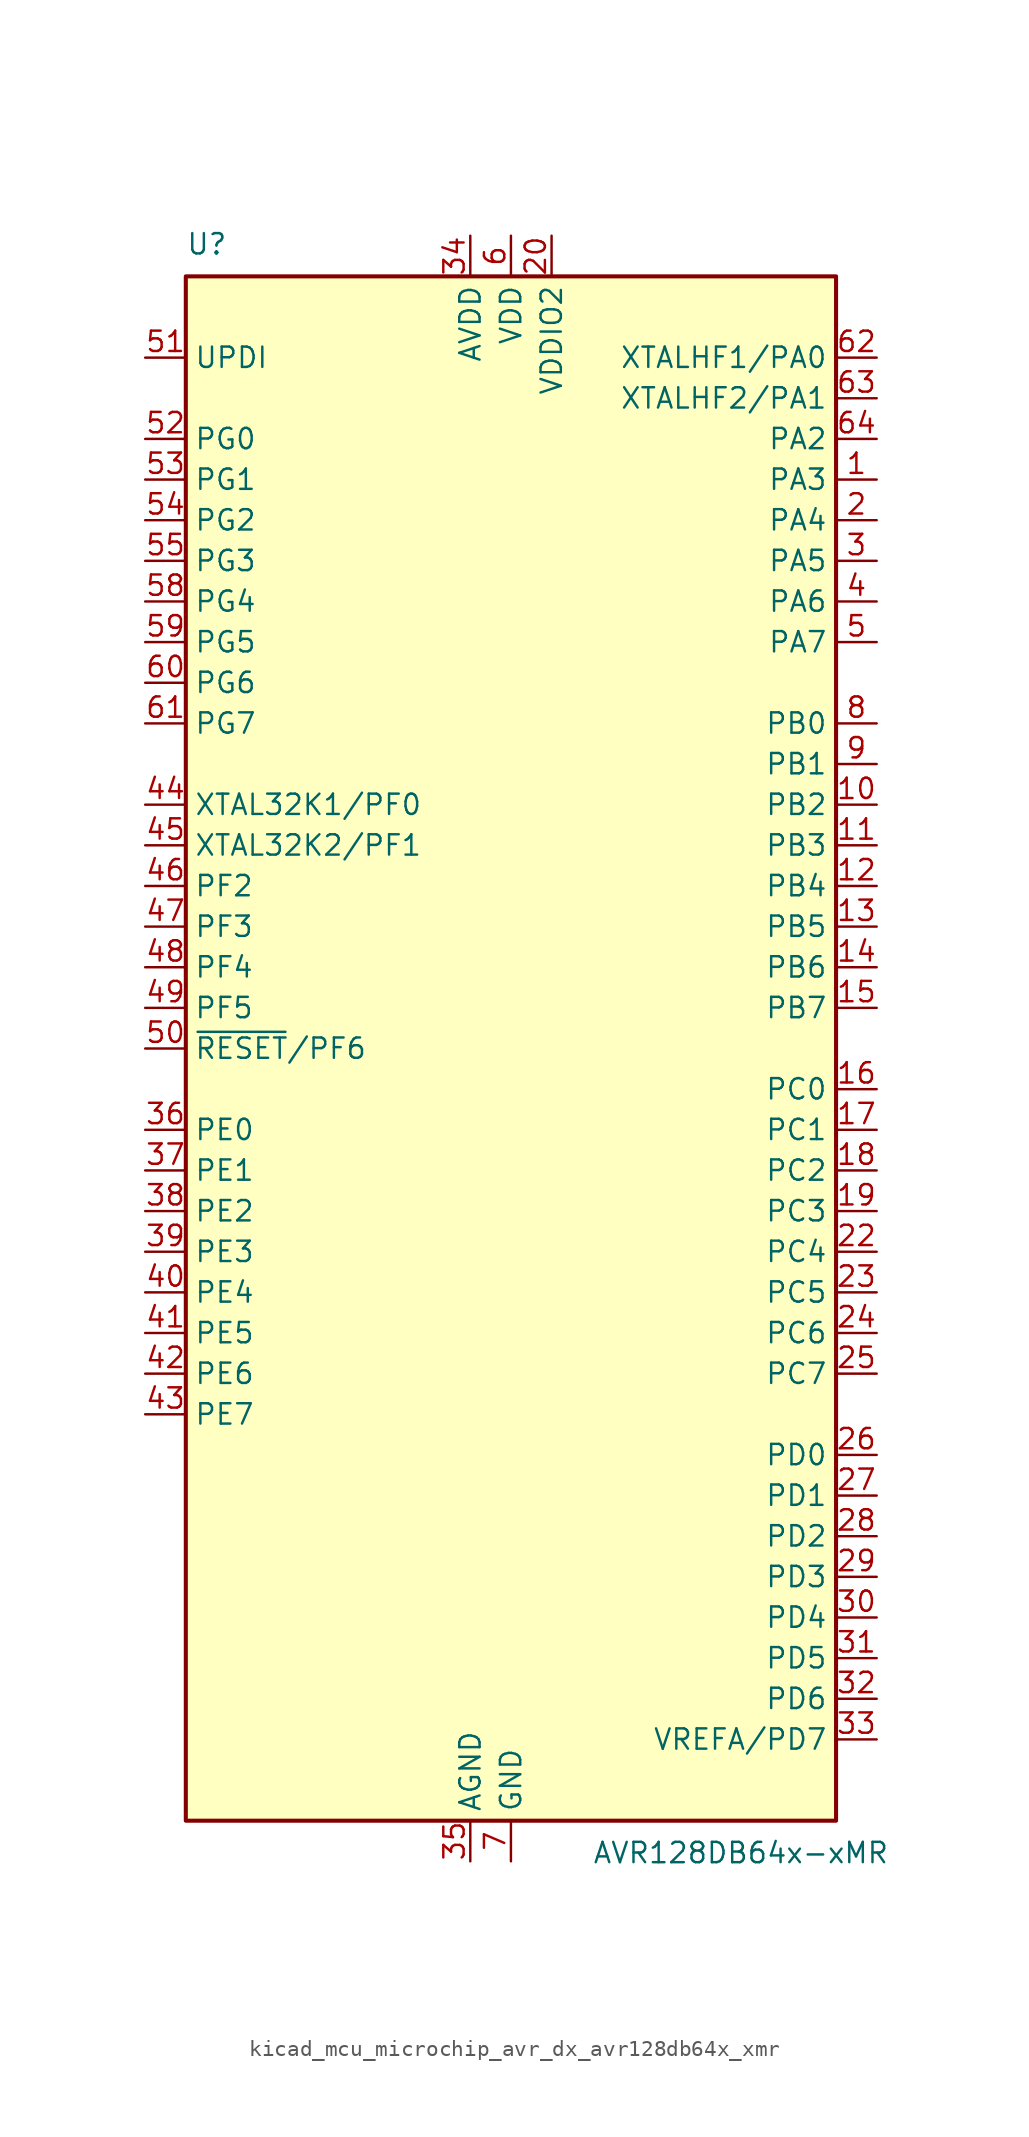
<source format=kicad_sym>
(kicad_symbol_lib
  (version 20220914)
  (generator kicad_symbol_editor)
  (symbol "kicad_mcu_microchip_avr_dx_avr128db64x_xmr"
    (property "Reference" "U"
      (at -20.32 49.53 0)
      (effects (font (size 1.27 1.27)) (justify left bottom)))
    (property "Value" "AVR128DB64x-xMR"
      (at 5.08 -49.53 0)
      (effects (font (size 1.27 1.27)) (justify left top)))
    (symbol "kicad_mcu_microchip_avr_dx_avr128db64x_xmr_0_1"
      (rectangle (start -20.32 48.26) (end 20.32 -48.26) (stroke (width 0.254) (type default)) (fill (type background))))
    (symbol "kicad_mcu_microchip_avr_dx_avr128db64x_xmr_1_1"
      (pin bidirectional line (at 22.86 35.56 180) (length 2.54) (name "PA3" (effects (font (size 1.27 1.27)))) (number "1" (effects (font (size 1.27 1.27)))))
      (pin bidirectional line (at 22.86 15.24 180) (length 2.54) (name "PB2" (effects (font (size 1.27 1.27)))) (number "10" (effects (font (size 1.27 1.27)))))
      (pin bidirectional line (at 22.86 12.7 180) (length 2.54) (name "PB3" (effects (font (size 1.27 1.27)))) (number "11" (effects (font (size 1.27 1.27)))))
      (pin bidirectional line (at 22.86 10.16 180) (length 2.54) (name "PB4" (effects (font (size 1.27 1.27)))) (number "12" (effects (font (size 1.27 1.27)))))
      (pin bidirectional line (at 22.86 7.62 180) (length 2.54) (name "PB5" (effects (font (size 1.27 1.27)))) (number "13" (effects (font (size 1.27 1.27)))))
      (pin bidirectional line (at 22.86 5.08 180) (length 2.54) (name "PB6" (effects (font (size 1.27 1.27)))) (number "14" (effects (font (size 1.27 1.27)))))
      (pin bidirectional line (at 22.86 2.54 180) (length 2.54) (name "PB7" (effects (font (size 1.27 1.27)))) (number "15" (effects (font (size 1.27 1.27)))))
      (pin bidirectional line (at 22.86 -2.54 180) (length 2.54) (name "PC0" (effects (font (size 1.27 1.27)))) (number "16" (effects (font (size 1.27 1.27)))))
      (pin bidirectional line (at 22.86 -5.08 180) (length 2.54) (name "PC1" (effects (font (size 1.27 1.27)))) (number "17" (effects (font (size 1.27 1.27)))))
      (pin bidirectional line (at 22.86 -7.62 180) (length 2.54) (name "PC2" (effects (font (size 1.27 1.27)))) (number "18" (effects (font (size 1.27 1.27)))))
      (pin bidirectional line (at 22.86 -10.16 180) (length 2.54) (name "PC3" (effects (font (size 1.27 1.27)))) (number "19" (effects (font (size 1.27 1.27)))))
      (pin bidirectional line (at 22.86 33.02 180) (length 2.54) (name "PA4" (effects (font (size 1.27 1.27)))) (number "2" (effects (font (size 1.27 1.27)))))
      (pin power_in line (at 2.54 50.8 270) (length 2.54) (name "VDDIO2" (effects (font (size 1.27 1.27)))) (number "20" (effects (font (size 1.27 1.27)))))
      (pin passive line (at 0 -50.8 90) (length 2.54) hide (name "GND" (effects (font (size 1.27 1.27)))) (number "21" (effects (font (size 1.27 1.27)))))
      (pin bidirectional line (at 22.86 -12.7 180) (length 2.54) (name "PC4" (effects (font (size 1.27 1.27)))) (number "22" (effects (font (size 1.27 1.27)))))
      (pin bidirectional line (at 22.86 -15.24 180) (length 2.54) (name "PC5" (effects (font (size 1.27 1.27)))) (number "23" (effects (font (size 1.27 1.27)))))
      (pin bidirectional line (at 22.86 -17.78 180) (length 2.54) (name "PC6" (effects (font (size 1.27 1.27)))) (number "24" (effects (font (size 1.27 1.27)))))
      (pin bidirectional line (at 22.86 -20.32 180) (length 2.54) (name "PC7" (effects (font (size 1.27 1.27)))) (number "25" (effects (font (size 1.27 1.27)))))
      (pin bidirectional line (at 22.86 -25.4 180) (length 2.54) (name "PD0" (effects (font (size 1.27 1.27)))) (number "26" (effects (font (size 1.27 1.27)))))
      (pin bidirectional line (at 22.86 -27.94 180) (length 2.54) (name "PD1" (effects (font (size 1.27 1.27)))) (number "27" (effects (font (size 1.27 1.27)))))
      (pin bidirectional line (at 22.86 -30.48 180) (length 2.54) (name "PD2" (effects (font (size 1.27 1.27)))) (number "28" (effects (font (size 1.27 1.27)))))
      (pin bidirectional line (at 22.86 -33.02 180) (length 2.54) (name "PD3" (effects (font (size 1.27 1.27)))) (number "29" (effects (font (size 1.27 1.27)))))
      (pin bidirectional line (at 22.86 30.48 180) (length 2.54) (name "PA5" (effects (font (size 1.27 1.27)))) (number "3" (effects (font (size 1.27 1.27)))))
      (pin bidirectional line (at 22.86 -35.56 180) (length 2.54) (name "PD4" (effects (font (size 1.27 1.27)))) (number "30" (effects (font (size 1.27 1.27)))))
      (pin bidirectional line (at 22.86 -38.1 180) (length 2.54) (name "PD5" (effects (font (size 1.27 1.27)))) (number "31" (effects (font (size 1.27 1.27)))))
      (pin bidirectional line (at 22.86 -40.64 180) (length 2.54) (name "PD6" (effects (font (size 1.27 1.27)))) (number "32" (effects (font (size 1.27 1.27)))))
      (pin bidirectional line (at 22.86 -43.18 180) (length 2.54) (name "VREFA/PD7" (effects (font (size 1.27 1.27)))) (number "33" (effects (font (size 1.27 1.27)))))
      (pin power_in line (at -2.54 50.8 270) (length 2.54) (name "AVDD" (effects (font (size 1.27 1.27)))) (number "34" (effects (font (size 1.27 1.27)))))
      (pin power_in line (at -2.54 -50.8 90) (length 2.54) (name "AGND" (effects (font (size 1.27 1.27)))) (number "35" (effects (font (size 1.27 1.27)))))
      (pin bidirectional line (at -22.86 -5.08 0) (length 2.54) (name "PE0" (effects (font (size 1.27 1.27)))) (number "36" (effects (font (size 1.27 1.27)))))
      (pin bidirectional line (at -22.86 -7.62 0) (length 2.54) (name "PE1" (effects (font (size 1.27 1.27)))) (number "37" (effects (font (size 1.27 1.27)))))
      (pin bidirectional line (at -22.86 -10.16 0) (length 2.54) (name "PE2" (effects (font (size 1.27 1.27)))) (number "38" (effects (font (size 1.27 1.27)))))
      (pin bidirectional line (at -22.86 -12.7 0) (length 2.54) (name "PE3" (effects (font (size 1.27 1.27)))) (number "39" (effects (font (size 1.27 1.27)))))
      (pin bidirectional line (at 22.86 27.94 180) (length 2.54) (name "PA6" (effects (font (size 1.27 1.27)))) (number "4" (effects (font (size 1.27 1.27)))))
      (pin bidirectional line (at -22.86 -15.24 0) (length 2.54) (name "PE4" (effects (font (size 1.27 1.27)))) (number "40" (effects (font (size 1.27 1.27)))))
      (pin bidirectional line (at -22.86 -17.78 0) (length 2.54) (name "PE5" (effects (font (size 1.27 1.27)))) (number "41" (effects (font (size 1.27 1.27)))))
      (pin bidirectional line (at -22.86 -20.32 0) (length 2.54) (name "PE6" (effects (font (size 1.27 1.27)))) (number "42" (effects (font (size 1.27 1.27)))))
      (pin bidirectional line (at -22.86 -22.86 0) (length 2.54) (name "PE7" (effects (font (size 1.27 1.27)))) (number "43" (effects (font (size 1.27 1.27)))))
      (pin bidirectional line (at -22.86 15.24 0) (length 2.54) (name "XTAL32K1/PF0" (effects (font (size 1.27 1.27)))) (number "44" (effects (font (size 1.27 1.27)))))
      (pin bidirectional line (at -22.86 12.7 0) (length 2.54) (name "XTAL32K2/PF1" (effects (font (size 1.27 1.27)))) (number "45" (effects (font (size 1.27 1.27)))))
      (pin bidirectional line (at -22.86 10.16 0) (length 2.54) (name "PF2" (effects (font (size 1.27 1.27)))) (number "46" (effects (font (size 1.27 1.27)))))
      (pin bidirectional line (at -22.86 7.62 0) (length 2.54) (name "PF3" (effects (font (size 1.27 1.27)))) (number "47" (effects (font (size 1.27 1.27)))))
      (pin bidirectional line (at -22.86 5.08 0) (length 2.54) (name "PF4" (effects (font (size 1.27 1.27)))) (number "48" (effects (font (size 1.27 1.27)))))
      (pin bidirectional line (at -22.86 2.54 0) (length 2.54) (name "PF5" (effects (font (size 1.27 1.27)))) (number "49" (effects (font (size 1.27 1.27)))))
      (pin bidirectional line (at 22.86 25.4 180) (length 2.54) (name "PA7" (effects (font (size 1.27 1.27)))) (number "5" (effects (font (size 1.27 1.27)))))
      (pin bidirectional line (at -22.86 0 0) (length 2.54) (name "~{RESET}/PF6" (effects (font (size 1.27 1.27)))) (number "50" (effects (font (size 1.27 1.27)))))
      (pin input line (at -22.86 43.18 0) (length 2.54) (name "UPDI" (effects (font (size 1.27 1.27)))) (number "51" (effects (font (size 1.27 1.27)))))
      (pin bidirectional line (at -22.86 38.1 0) (length 2.54) (name "PG0" (effects (font (size 1.27 1.27)))) (number "52" (effects (font (size 1.27 1.27)))))
      (pin bidirectional line (at -22.86 35.56 0) (length 2.54) (name "PG1" (effects (font (size 1.27 1.27)))) (number "53" (effects (font (size 1.27 1.27)))))
      (pin bidirectional line (at -22.86 33.02 0) (length 2.54) (name "PG2" (effects (font (size 1.27 1.27)))) (number "54" (effects (font (size 1.27 1.27)))))
      (pin bidirectional line (at -22.86 30.48 0) (length 2.54) (name "PG3" (effects (font (size 1.27 1.27)))) (number "55" (effects (font (size 1.27 1.27)))))
      (pin passive line (at 0 50.8 270) (length 2.54) hide (name "VDD" (effects (font (size 1.27 1.27)))) (number "56" (effects (font (size 1.27 1.27)))))
      (pin passive line (at 0 -50.8 90) (length 2.54) hide (name "GND" (effects (font (size 1.27 1.27)))) (number "57" (effects (font (size 1.27 1.27)))))
      (pin bidirectional line (at -22.86 27.94 0) (length 2.54) (name "PG4" (effects (font (size 1.27 1.27)))) (number "58" (effects (font (size 1.27 1.27)))))
      (pin bidirectional line (at -22.86 25.4 0) (length 2.54) (name "PG5" (effects (font (size 1.27 1.27)))) (number "59" (effects (font (size 1.27 1.27)))))
      (pin power_in line (at 0 50.8 270) (length 2.54) (name "VDD" (effects (font (size 1.27 1.27)))) (number "6" (effects (font (size 1.27 1.27)))))
      (pin bidirectional line (at -22.86 22.86 0) (length 2.54) (name "PG6" (effects (font (size 1.27 1.27)))) (number "60" (effects (font (size 1.27 1.27)))))
      (pin bidirectional line (at -22.86 20.32 0) (length 2.54) (name "PG7" (effects (font (size 1.27 1.27)))) (number "61" (effects (font (size 1.27 1.27)))))
      (pin bidirectional line (at 22.86 43.18 180) (length 2.54) (name "XTALHF1/PA0" (effects (font (size 1.27 1.27)))) (number "62" (effects (font (size 1.27 1.27)))))
      (pin bidirectional line (at 22.86 40.64 180) (length 2.54) (name "XTALHF2/PA1" (effects (font (size 1.27 1.27)))) (number "63" (effects (font (size 1.27 1.27)))))
      (pin bidirectional line (at 22.86 38.1 180) (length 2.54) (name "PA2" (effects (font (size 1.27 1.27)))) (number "64" (effects (font (size 1.27 1.27)))))
      (pin passive line (at 0 -50.8 90) (length 2.54) hide (name "GND" (effects (font (size 1.27 1.27)))) (number "65" (effects (font (size 1.27 1.27)))))
      (pin power_in line (at 0 -50.8 90) (length 2.54) (name "GND" (effects (font (size 1.27 1.27)))) (number "7" (effects (font (size 1.27 1.27)))))
      (pin bidirectional line (at 22.86 20.32 180) (length 2.54) (name "PB0" (effects (font (size 1.27 1.27)))) (number "8" (effects (font (size 1.27 1.27)))))
      (pin bidirectional line (at 22.86 17.78 180) (length 2.54) (name "PB1" (effects (font (size 1.27 1.27)))) (number "9" (effects (font (size 1.27 1.27))))))))
</source>
